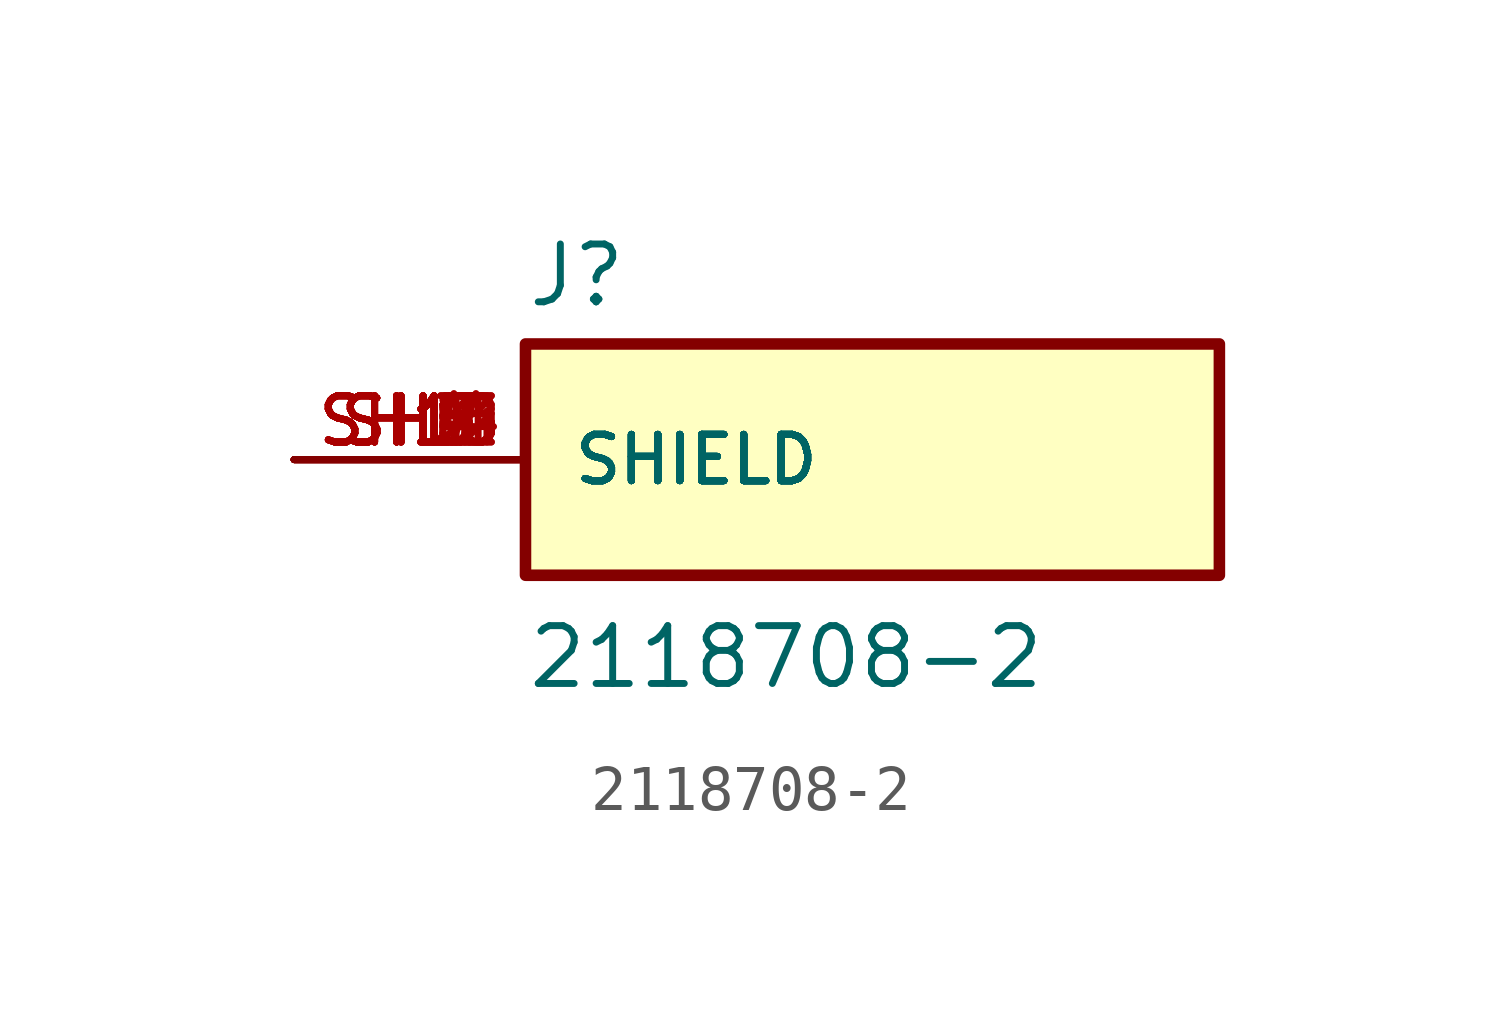
<source format=kicad_sym>
(kicad_symbol_lib
  (version 20211014)
  (generator kicad_symbol_editor)
  (symbol "2118708-2"
    (pin_names
      (offset 1.016))
    (property "Reference" "J"
      (at -7.62 3.302 0)
      (effects (font (size 1.27 1.27)) (justify bottom left)))
    (property "Value" "2118708-2"
      (at -7.62 -5.08 0)
      (effects (font (size 1.27 1.27)) (justify bottom left)))
    (symbol "2118708-2_0_0"
      (rectangle (start -7.62 -2.54) (end 7.62 2.54) (stroke (width 0.254)) (fill (type background)))
      (pin passive line (at -12.7 0.0 0) (length 5.08) (name "SHIELD" (effects (font (size 1.016 1.016)))) (number "SH1" (effects (font (size 1.016 1.016)))))
      (pin passive line (at -12.7 0.0 0) (length 5.08) (name "SHIELD" (effects (font (size 1.016 1.016)))) (number "SH2" (effects (font (size 1.016 1.016)))))
      (pin passive line (at -12.7 0.0 0) (length 5.08) (name "SHIELD" (effects (font (size 1.016 1.016)))) (number "SH3" (effects (font (size 1.016 1.016)))))
      (pin passive line (at -12.7 0.0 0) (length 5.08) (name "SHIELD" (effects (font (size 1.016 1.016)))) (number "SH4" (effects (font (size 1.016 1.016)))))
      (pin passive line (at -12.7 0.0 0) (length 5.08) (name "SHIELD" (effects (font (size 1.016 1.016)))) (number "SH5" (effects (font (size 1.016 1.016)))))
      (pin passive line (at -12.7 0.0 0) (length 5.08) (name "SHIELD" (effects (font (size 1.016 1.016)))) (number "SH6" (effects (font (size 1.016 1.016)))))
      (pin passive line (at -12.7 0.0 0) (length 5.08) (name "SHIELD" (effects (font (size 1.016 1.016)))) (number "SH7" (effects (font (size 1.016 1.016)))))
      (pin passive line (at -12.7 0.0 0) (length 5.08) (name "SHIELD" (effects (font (size 1.016 1.016)))) (number "SH8" (effects (font (size 1.016 1.016)))))
      (pin passive line (at -12.7 0.0 0) (length 5.08) (name "SHIELD" (effects (font (size 1.016 1.016)))) (number "SH9" (effects (font (size 1.016 1.016)))))
      (pin passive line (at -12.7 0.0 0) (length 5.08) (name "SHIELD" (effects (font (size 1.016 1.016)))) (number "SH10" (effects (font (size 1.016 1.016)))))
      (pin passive line (at -12.7 0.0 0) (length 5.08) (name "SHIELD" (effects (font (size 1.016 1.016)))) (number "SH11" (effects (font (size 1.016 1.016)))))
      (pin passive line (at -12.7 0.0 0) (length 5.08) (name "SHIELD" (effects (font (size 1.016 1.016)))) (number "SH12" (effects (font (size 1.016 1.016)))))
      (pin passive line (at -12.7 0.0 0) (length 5.08) (name "SHIELD" (effects (font (size 1.016 1.016)))) (number "SH13" (effects (font (size 1.016 1.016)))))
      (pin passive line (at -12.7 0.0 0) (length 5.08) (name "SHIELD" (effects (font (size 1.016 1.016)))) (number "SH14" (effects (font (size 1.016 1.016)))))
      (pin passive line (at -12.7 0.0 0) (length 5.08) (name "SHIELD" (effects (font (size 1.016 1.016)))) (number "SH15" (effects (font (size 1.016 1.016)))))
      (pin passive line (at -12.7 0.0 0) (length 5.08) (name "SHIELD" (effects (font (size 1.016 1.016)))) (number "SH16" (effects (font (size 1.016 1.016))))))))
</source>
